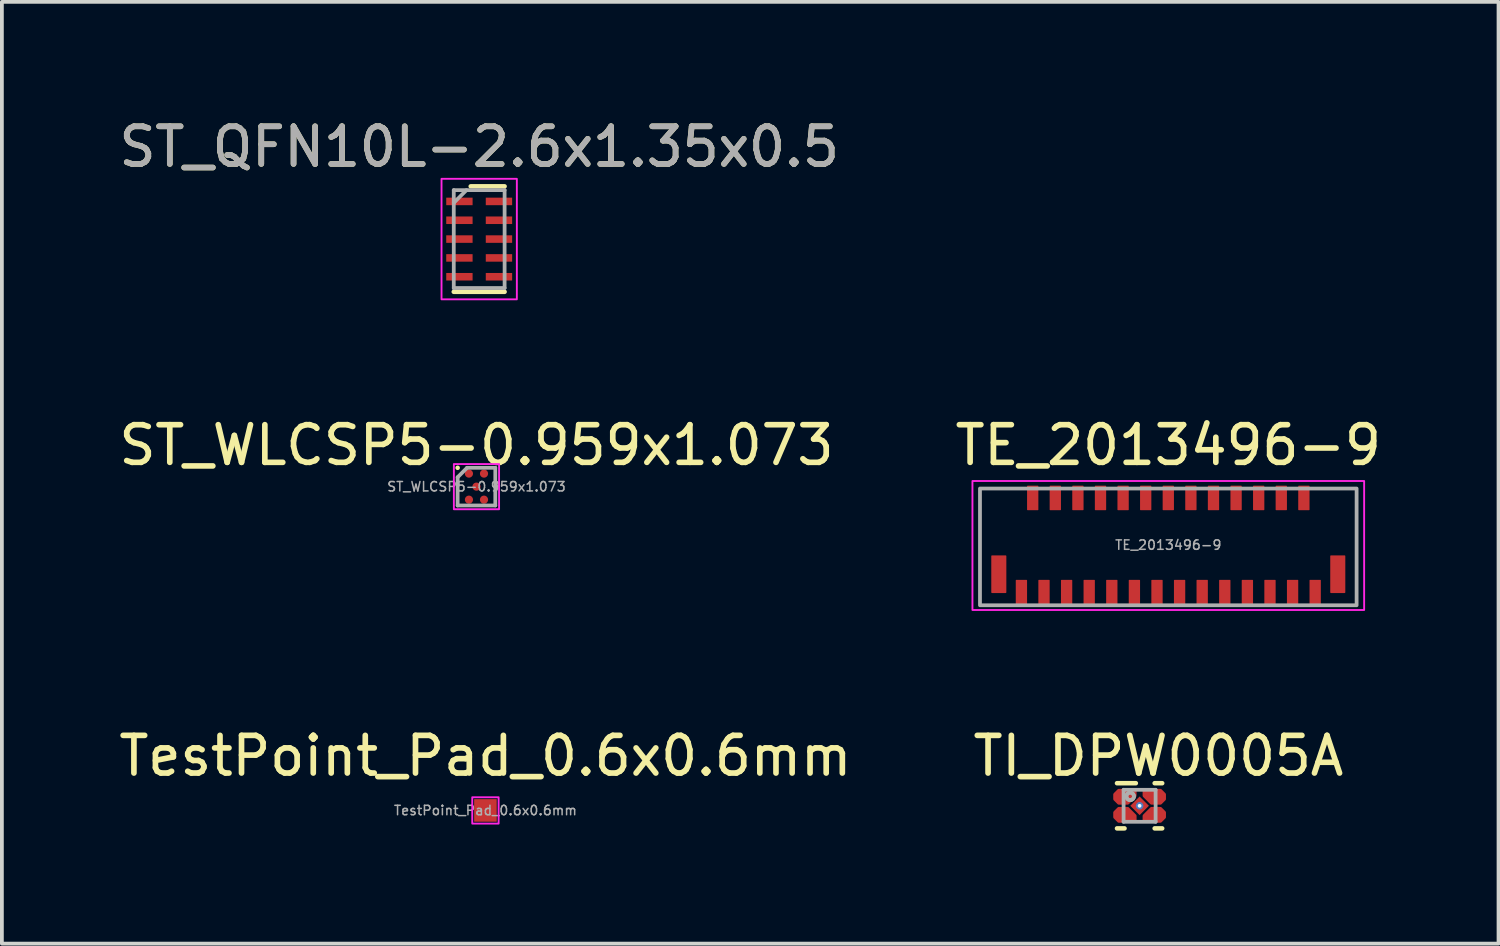
<source format=kicad_pcb>
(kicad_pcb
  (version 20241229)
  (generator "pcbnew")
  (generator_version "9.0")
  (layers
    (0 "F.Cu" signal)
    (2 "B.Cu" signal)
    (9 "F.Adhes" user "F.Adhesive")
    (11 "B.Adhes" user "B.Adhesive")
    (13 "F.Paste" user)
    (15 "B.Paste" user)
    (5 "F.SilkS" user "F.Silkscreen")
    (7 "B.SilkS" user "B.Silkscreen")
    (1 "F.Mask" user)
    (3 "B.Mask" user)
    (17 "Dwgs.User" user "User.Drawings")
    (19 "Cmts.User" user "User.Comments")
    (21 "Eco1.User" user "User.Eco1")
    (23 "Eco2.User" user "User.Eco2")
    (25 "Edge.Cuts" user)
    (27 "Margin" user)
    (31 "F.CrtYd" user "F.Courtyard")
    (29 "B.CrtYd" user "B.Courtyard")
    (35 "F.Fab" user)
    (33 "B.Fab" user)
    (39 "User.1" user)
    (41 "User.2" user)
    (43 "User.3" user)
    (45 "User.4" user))
  (footprint "TestPoint_Pad_0.6x0.6mm"
    (layer "F.Cu")
    (at 9.839 18.468)
    (property "Reference" "TestPoint_Pad_0.6x0.6mm" (at 0 -1.448 0) (layer "F.SilkS") (effects (font (size 1 1) (thickness 0.15))))
    (attr exclude_from_pos_files exclude_from_bom)
    (fp_rect (start 0.35 0.35) (end -0.35 -0.35) (stroke (width 0.05) (type default)) (fill no) (layer "F.CrtYd"))
    (fp_text user "${REFERENCE}" (at 0 0 0) (layer "F.Fab") (effects (font (size 0.25 0.25) (thickness 0.04))))
    (pad "1" smd rect (at 0 0) (size 0.6 0.6) (layers "F.Cu" "F.Mask")))
  (footprint "TE_2013496-9"
    (layer "F.Cu")
    (at 27.97 11.421)
    (property "Reference" "TE_2013496-9" (at 0 -2.65 0) (unlocked yes) (layer "F.SilkS") (effects (font (size 1 1) (thickness 0.15))))
    (attr smd)
    (fp_rect (start -5.2 -1.7) (end 5.2 1.725) (stroke (width 0.05) (type default)) (fill no) (layer "F.CrtYd"))
    (fp_rect (start -5 1.6) (end 5 -1.5) (stroke (width 0.1) (type default)) (fill no) (layer "F.Fab"))
    (fp_text user "${REFERENCE}" (at 0 0 0) (unlocked yes) (layer "F.Fab") (effects (font (size 0.25 0.25) (thickness 0.04))))
    (pad "1" smd roundrect (at -3.9 1.25 180) (size 0.3 0.65) (layers "F.Cu" "F.Mask" "F.Paste") (roundrect_rratio 0.05))
    (pad "2" smd roundrect (at -3.6 -1.25 180) (size 0.3 0.65) (layers "F.Cu" "F.Mask" "F.Paste") (roundrect_rratio 0.05))
    (pad "3" smd roundrect (at -3.3 1.25 180) (size 0.3 0.65) (layers "F.Cu" "F.Mask" "F.Paste") (roundrect_rratio 0.05))
    (pad "4" smd roundrect (at -3 -1.25 180) (size 0.3 0.65) (layers "F.Cu" "F.Mask" "F.Paste") (roundrect_rratio 0.05))
    (pad "5" smd roundrect (at -2.7 1.25 180) (size 0.3 0.65) (layers "F.Cu" "F.Mask" "F.Paste") (roundrect_rratio 0.05))
    (pad "6" smd roundrect (at -2.4 -1.25 180) (size 0.3 0.65) (layers "F.Cu" "F.Mask" "F.Paste") (roundrect_rratio 0.05))
    (pad "7" smd roundrect (at -2.1 1.25 180) (size 0.3 0.65) (layers "F.Cu" "F.Mask" "F.Paste") (roundrect_rratio 0.05))
    (pad "8" smd roundrect (at -1.8 -1.25 180) (size 0.3 0.65) (layers "F.Cu" "F.Mask" "F.Paste") (roundrect_rratio 0.05))
    (pad "9" smd roundrect (at -1.5 1.25 180) (size 0.3 0.65) (layers "F.Cu" "F.Mask" "F.Paste") (roundrect_rratio 0.05))
    (pad "10" smd roundrect (at -1.2 -1.25 180) (size 0.3 0.65) (layers "F.Cu" "F.Mask" "F.Paste") (roundrect_rratio 0.05))
    (pad "11" smd roundrect (at -0.9 1.25 180) (size 0.3 0.65) (layers "F.Cu" "F.Mask" "F.Paste") (roundrect_rratio 0.05))
    (pad "12" smd roundrect (at -0.6 -1.25 180) (size 0.3 0.65) (layers "F.Cu" "F.Mask" "F.Paste") (roundrect_rratio 0.05))
    (pad "13" smd roundrect (at -0.3 1.25 180) (size 0.3 0.65) (layers "F.Cu" "F.Mask" "F.Paste") (roundrect_rratio 0.05))
    (pad "14" smd roundrect (at 0 -1.25 180) (size 0.3 0.65) (layers "F.Cu" "F.Mask" "F.Paste") (roundrect_rratio 0.05))
    (pad "15" smd roundrect (at 0.3 1.25 180) (size 0.3 0.65) (layers "F.Cu" "F.Mask" "F.Paste") (roundrect_rratio 0.05))
    (pad "16" smd roundrect (at 0.6 -1.25 180) (size 0.3 0.65) (layers "F.Cu" "F.Mask" "F.Paste") (roundrect_rratio 0.05))
    (pad "17" smd roundrect (at 0.9 1.25 180) (size 0.3 0.65) (layers "F.Cu" "F.Mask" "F.Paste") (roundrect_rratio 0.05))
    (pad "18" smd roundrect (at 1.2 -1.25 180) (size 0.3 0.65) (layers "F.Cu" "F.Mask" "F.Paste") (roundrect_rratio 0.05))
    (pad "19" smd roundrect (at 1.5 1.25 180) (size 0.3 0.65) (layers "F.Cu" "F.Mask" "F.Paste") (roundrect_rratio 0.05))
    (pad "20" smd roundrect (at 1.8 -1.25 180) (size 0.3 0.65) (layers "F.Cu" "F.Mask" "F.Paste") (roundrect_rratio 0.05))
    (pad "21" smd roundrect (at 2.1 1.25 180) (size 0.3 0.65) (layers "F.Cu" "F.Mask" "F.Paste") (roundrect_rratio 0.05))
    (pad "22" smd roundrect (at 2.4 -1.25 180) (size 0.3 0.65) (layers "F.Cu" "F.Mask" "F.Paste") (roundrect_rratio 0.05))
    (pad "23" smd roundrect (at 2.7 1.25 180) (size 0.3 0.65) (layers "F.Cu" "F.Mask" "F.Paste") (roundrect_rratio 0.05))
    (pad "24" smd roundrect (at 3 -1.25 180) (size 0.3 0.65) (layers "F.Cu" "F.Mask" "F.Paste") (roundrect_rratio 0.05))
    (pad "25" smd roundrect (at 3.3 1.25 180) (size 0.3 0.65) (layers "F.Cu" "F.Mask" "F.Paste") (roundrect_rratio 0.05))
    (pad "26" smd roundrect (at 3.6 -1.25 180) (size 0.3 0.65) (layers "F.Cu" "F.Mask" "F.Paste") (roundrect_rratio 0.05))
    (pad "27" smd roundrect (at 3.9 1.25 180) (size 0.3 0.65) (layers "F.Cu" "F.Mask" "F.Paste") (roundrect_rratio 0.05))
    (pad "MP" smd roundrect (at -4.5 0.775 180) (size 0.4 1) (layers "F.Cu" "F.Mask" "F.Paste") (roundrect_rratio 0.05))
    (pad "MP" smd roundrect (at 4.5 0.775 180) (size 0.4 1) (layers "F.Cu" "F.Mask" "F.Paste") (roundrect_rratio 0.05)))
  (footprint "TI_DPW0005A"
    (layer "F.Cu")
    (at 27.208 18.345)
    (property "Reference" "TI_DPW0005A" (at 0.5 -1.325 0) (layer "F.SilkS") (effects (font (size 1 1) (thickness 0.15))))
    (attr smd)
    (fp_poly (pts (xy -0.55 -0.08) (xy -0.65 -0.18) (xy -0.65 -0.3) (xy -0.55 -0.4) (xy -0.13 -0.4) (xy -0.13 -0.269) (xy -0.319 -0.08)) (stroke (width 0.1) (type solid)) (fill yes) (layer "F.Cu"))
    (fp_poly (pts (xy -0.55 0.4) (xy -0.65 0.3) (xy -0.65 0.18) (xy -0.55 0.08) (xy -0.319 0.08) (xy -0.13 0.269) (xy -0.13 0.4)) (stroke (width 0.1) (type solid)) (fill yes) (layer "F.Cu"))
    (fp_poly (pts (xy 0.13 0.4) (xy 0.13 0.269) (xy 0.319 0.08) (xy 0.55 0.08) (xy 0.65 0.18) (xy 0.65 0.3) (xy 0.55 0.4)) (stroke (width 0.1) (type solid)) (fill yes) (layer "F.Cu"))
    (fp_poly (pts (xy 0.319 -0.08) (xy 0.13 -0.269) (xy 0.13 -0.4) (xy 0.55 -0.4) (xy 0.65 -0.3) (xy 0.65 -0.18) (xy 0.55 -0.08) (xy 0.55 -0.08)) (stroke (width 0.1) (type solid)) (fill yes) (layer "F.Cu"))
    (fp_poly (pts (xy -0.529 -0.13) (xy -0.6 -0.201) (xy -0.6 -0.279) (xy -0.529 -0.35) (xy -0.18 -0.35) (xy -0.18 -0.29) (xy -0.34 -0.13)) (stroke (width 0.1) (type solid)) (fill yes) (layer "F.Mask"))
    (fp_poly (pts (xy -0.529 0.35) (xy -0.6 0.279) (xy -0.6 0.201) (xy -0.529 0.13) (xy -0.34 0.13) (xy -0.18 0.29) (xy -0.18 0.35)) (stroke (width 0.1) (type solid)) (fill yes) (layer "F.Mask"))
    (fp_poly (pts (xy 0.18 0.35) (xy 0.18 0.29) (xy 0.34 0.13) (xy 0.529 0.13) (xy 0.6 0.201) (xy 0.6 0.279) (xy 0.529 0.35)) (stroke (width 0.1) (type solid)) (fill yes) (layer "F.Mask"))
    (fp_poly (pts (xy 0.34 -0.13) (xy 0.18 -0.29) (xy 0.18 -0.35) (xy 0.529 -0.35) (xy 0.6 -0.279) (xy 0.6 -0.201) (xy 0.529 -0.13)) (stroke (width 0.1) (type solid)) (fill yes) (layer "F.Mask"))
    (fp_line (start -0.6 -0.6) (end -0.1 -0.6) (stroke (width 0.12) (type solid)) (layer "F.SilkS"))
    (fp_line (start -0.6 0.6) (end -0.4 0.6) (stroke (width 0.12) (type solid)) (layer "F.SilkS"))
    (fp_line (start 0.4 -0.6) (end 0.6 -0.6) (stroke (width 0.12) (type solid)) (layer "F.SilkS"))
    (fp_line (start 0.4 0.6) (end 0.6 0.6) (stroke (width 0.12) (type solid)) (layer "F.SilkS"))
    (fp_poly (pts (xy -0.529 -0.13) (xy -0.6 -0.201) (xy -0.6 -0.279) (xy -0.529 -0.35) (xy -0.18 -0.35) (xy -0.18 -0.29) (xy -0.34 -0.13)) (stroke (width 0.1) (type solid)) (fill yes) (layer "F.Paste"))
    (fp_poly (pts (xy -0.529 0.35) (xy -0.6 0.279) (xy -0.6 0.201) (xy -0.529 0.13) (xy -0.34 0.13) (xy -0.18 0.29) (xy -0.18 0.35)) (stroke (width 0.1) (type solid)) (fill yes) (layer "F.Paste"))
    (fp_poly (pts (xy 0.18 0.35) (xy 0.18 0.29) (xy 0.34 0.13) (xy 0.529 0.13) (xy 0.6 0.201) (xy 0.6 0.279) (xy 0.529 0.35)) (stroke (width 0.1) (type solid)) (fill yes) (layer "F.Paste"))
    (fp_poly (pts (xy 0.34 -0.13) (xy 0.18 -0.29) (xy 0.18 -0.35) (xy 0.529 -0.35) (xy 0.6 -0.279) (xy 0.6 -0.201) (xy 0.529 -0.13)) (stroke (width 0.1) (type solid)) (fill yes) (layer "F.Paste"))
    (fp_line (start -0.425 -0.425) (end 0.425 -0.425) (stroke (width 0.1) (type solid)) (layer "F.Fab"))
    (fp_line (start -0.425 0.425) (end -0.425 -0.425) (stroke (width 0.1) (type solid)) (layer "F.Fab"))
    (fp_line (start -0.425 0.425) (end 0.425 0.425) (stroke (width 0.1) (type solid)) (layer "F.Fab"))
    (fp_line (start 0.425 0.425) (end 0.425 -0.425) (stroke (width 0.1) (type solid)) (layer "F.Fab"))
    (fp_circle (center -0.25 -0.25) (end -0.15 -0.25) (stroke (width 0.1) (type solid)) (fill no) (layer "F.Fab"))
    (fp_circle (center -0.25 -0.25) (end -0.15 -0.25) (stroke (width 0.1) (type solid)) (fill no) (layer "F.Fab"))
    (pad "1" smd rect (at -0.39 -0.24 90) (size 0.15 0.15) (layers "F.Cu" "F.Mask" "F.Paste"))
    (pad "2" smd rect (at -0.39 0.24 90) (size 0.15 0.15) (layers "F.Cu" "F.Mask" "F.Paste"))
    (pad "3" smd rect (at 0 0 135) (size 0.35 0.35) (layers "F.Cu" "F.Mask" "F.Paste"))
    (pad "4" smd rect (at 0.39 0.24 90) (size 0.15 0.15) (layers "F.Cu" "F.Mask" "F.Paste"))
    (pad "5" smd rect (at 0.39 -0.24 90) (size 0.15 0.15) (layers "F.Cu" "F.Mask" "F.Paste"))
    (pad "V" thru_hole circle (at 0 0) (size 0.2 0.2) (drill 0.1) (layers "*.Cu" "*.Mask")))
  (footprint "ST_QFN10L-2.6x1.35x0.5"
    (layer "F.Cu")
    (at 9.673 3.298)
    (property "Reference" "ST_QFN10L-2.6x1.35x0.5" (at 0 -2.45 0) (layer "F.SilkS") (effects (font (size 1 1) (thickness 0.15))))
    (attr smd)
    (fp_line (start -0.675 1.4) (end 0.675 1.4) (stroke (width 0.12) (type solid)) (layer "F.SilkS"))
    (fp_line (start -0.225 -1.4) (end 0.675 -1.4) (stroke (width 0.12) (type solid)) (layer "F.SilkS"))
    (fp_rect (start -1 -1.6) (end 1 1.6) (stroke (width 0.05) (type solid)) (fill no) (layer "F.CrtYd"))
    (fp_line (start -0.675 -1.3) (end 0.675 -1.3) (stroke (width 0.1) (type solid)) (layer "F.Fab"))
    (fp_line (start -0.675 -0.962) (end -0.338 -1.3) (stroke (width 0.1) (type solid)) (layer "F.Fab"))
    (fp_line (start -0.675 1.3) (end -0.675 -1.3) (stroke (width 0.1) (type solid)) (layer "F.Fab"))
    (fp_line (start 0.675 -1.3) (end 0.675 1.3) (stroke (width 0.1) (type solid)) (layer "F.Fab"))
    (fp_line (start 0.675 1.3) (end -0.675 1.3) (stroke (width 0.1) (type solid)) (layer "F.Fab"))
    (fp_text user "${REFERENCE}" (at 0 -2.45 0) (layer "F.Fab") (effects (font (size 1 1) (thickness 0.15))))
    (pad "1" smd rect (at -0.525 -1 90) (size 0.2 0.7) (layers "F.Cu" "F.Mask" "F.Paste"))
    (pad "2" smd rect (at -0.525 -0.5 90) (size 0.2 0.7) (layers "F.Cu" "F.Mask" "F.Paste"))
    (pad "3" smd rect (at -0.525 0 90) (size 0.2 0.7) (layers "F.Cu" "F.Mask" "F.Paste"))
    (pad "4" smd rect (at -0.525 0.5 90) (size 0.2 0.7) (layers "F.Cu" "F.Mask" "F.Paste"))
    (pad "5" smd rect (at -0.525 1 90) (size 0.2 0.7) (layers "F.Cu" "F.Mask" "F.Paste"))
    (pad "6" smd rect (at 0.525 1 90) (size 0.2 0.7) (layers "F.Cu" "F.Mask" "F.Paste"))
    (pad "7" smd rect (at 0.525 0.5 90) (size 0.2 0.7) (layers "F.Cu" "F.Mask" "F.Paste"))
    (pad "8" smd rect (at 0.525 0 90) (size 0.2 0.7) (layers "F.Cu" "F.Mask" "F.Paste"))
    (pad "9" smd rect (at 0.525 -0.5 90) (size 0.2 0.7) (layers "F.Cu" "F.Mask" "F.Paste"))
    (pad "10" smd rect (at 0.525 -1 90) (size 0.2 0.7) (layers "F.Cu" "F.Mask" "F.Paste")))
  (footprint "ST_WLCSP5-0.959x1.073"
    (layer "F.Cu")
    (at 9.601 9.871)
    (property "Reference" "ST_WLCSP5-0.959x1.073" (at 0 -1.1 0) (unlocked yes) (layer "F.SilkS") (effects (font (size 1 1) (thickness 0.15))))
    (attr smd)
    (fp_line (start -0.5 -0.5) (end -0.5 -0.5) (stroke (width 0.12) (type solid)) (layer "F.SilkS"))
    (fp_rect (start -0.6 -0.6) (end 0.6 0.6) (stroke (width 0.05) (type solid)) (fill no) (layer "F.CrtYd"))
    (fp_line (start -0.5 -0.25) (end -0.25 -0.5) (stroke (width 0.1) (type default)) (layer "F.Fab"))
    (fp_line (start -0.5 0.5) (end -0.5 -0.25) (stroke (width 0.1) (type default)) (layer "F.Fab"))
    (fp_line (start -0.25 -0.5) (end 0.5 -0.5) (stroke (width 0.1) (type default)) (layer "F.Fab"))
    (fp_line (start 0.5 -0.5) (end 0.5 0.5) (stroke (width 0.1) (type default)) (layer "F.Fab"))
    (fp_line (start 0.5 0.5) (end -0.5 0.5) (stroke (width 0.1) (type default)) (layer "F.Fab"))
    (fp_text user "${REFERENCE}" (at 0 0 0) (unlocked yes) (layer "F.Fab") (effects (font (size 0.25 0.25) (thickness 0.04))))
    (pad "A1" smd circle (at -0.2 -0.346) (size 0.216 0.216) (layers "F.Cu" "F.Mask" "F.Paste"))
    (pad "A3" smd circle (at 0.2 -0.346) (size 0.216 0.216) (layers "F.Cu" "F.Mask" "F.Paste"))
    (pad "B2" smd circle (at 0 0) (size 0.216 0.216) (layers "F.Cu" "F.Mask" "F.Paste"))
    (pad "C1" smd circle (at -0.2 0.346) (size 0.216 0.216) (layers "F.Cu" "F.Mask" "F.Paste"))
    (pad "C3" smd circle (at 0.2 0.346) (size 0.216 0.216) (layers "F.Cu" "F.Mask" "F.Paste")))
  (gr_rect
    (start -3 -3)
    (end 36.738 22.005)
    (stroke (width 0.1) (type default))
    (fill no)
    (layer "Edge.Cuts")))
</source>
